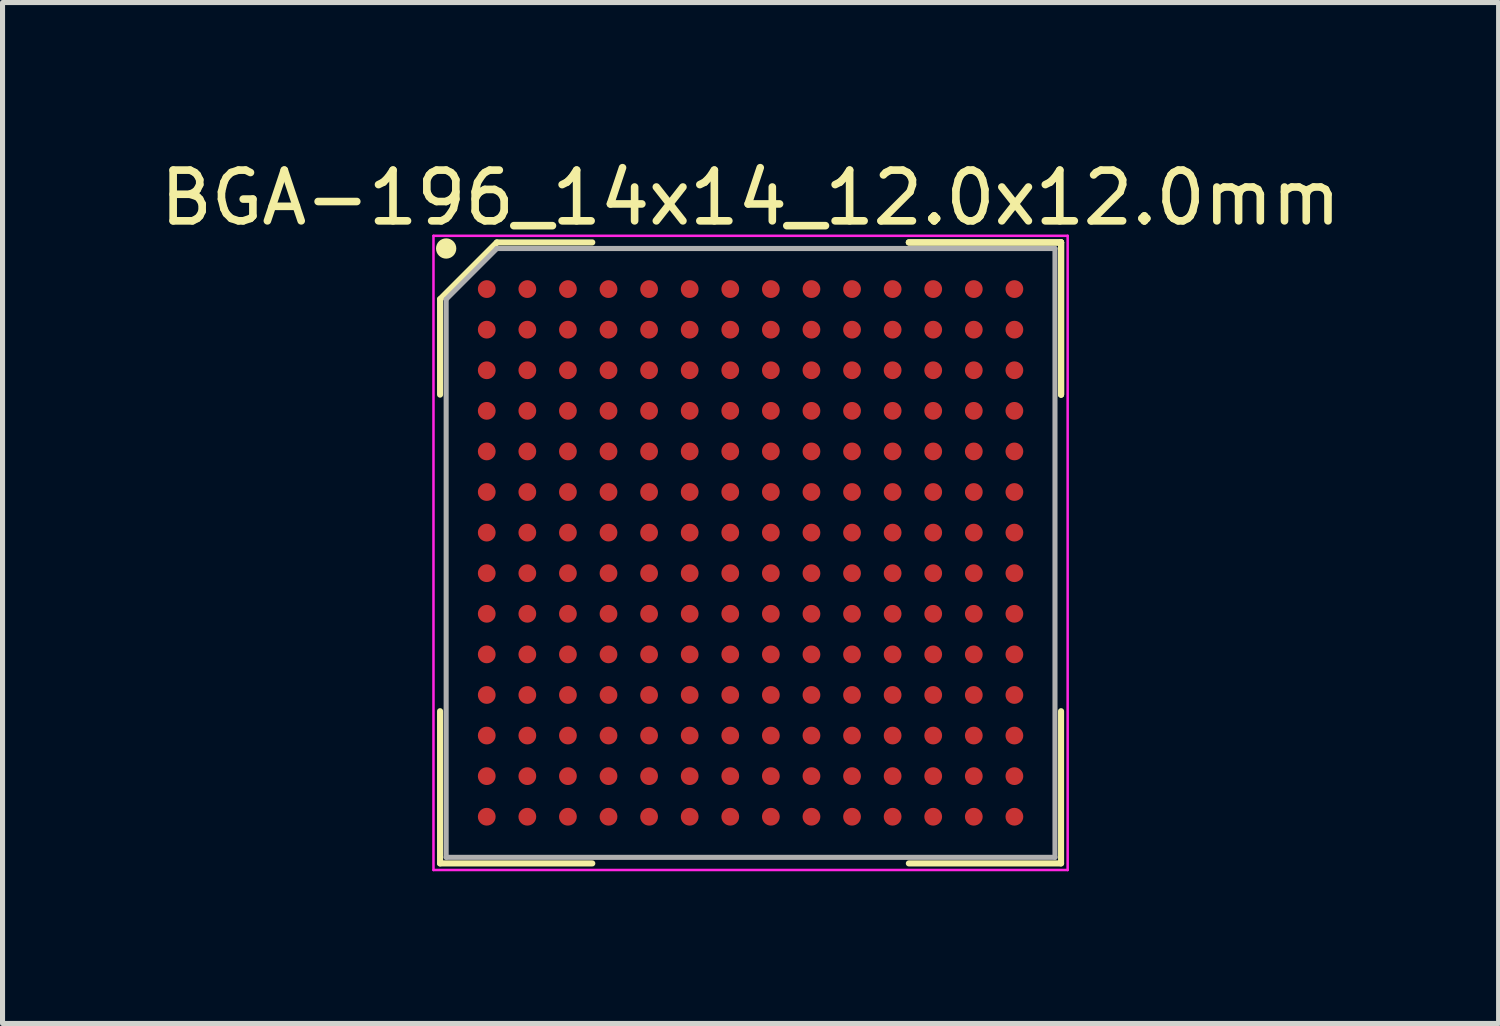
<source format=kicad_pcb>
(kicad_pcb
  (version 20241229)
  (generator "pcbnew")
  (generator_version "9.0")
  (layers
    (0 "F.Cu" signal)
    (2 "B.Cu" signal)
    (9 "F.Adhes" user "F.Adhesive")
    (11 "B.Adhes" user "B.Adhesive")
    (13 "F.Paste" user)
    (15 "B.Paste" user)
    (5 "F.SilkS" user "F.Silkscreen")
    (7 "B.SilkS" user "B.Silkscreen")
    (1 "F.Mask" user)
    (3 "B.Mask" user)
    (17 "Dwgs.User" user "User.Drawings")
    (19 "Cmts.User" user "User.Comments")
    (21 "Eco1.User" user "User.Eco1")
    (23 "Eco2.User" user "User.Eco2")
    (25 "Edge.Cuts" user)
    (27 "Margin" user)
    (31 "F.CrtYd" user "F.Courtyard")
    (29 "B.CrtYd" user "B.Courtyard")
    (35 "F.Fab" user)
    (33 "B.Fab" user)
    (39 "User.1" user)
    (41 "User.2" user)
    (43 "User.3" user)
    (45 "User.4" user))
  (footprint "BGA-196_14x14_12.0x12.0mm"
    (layer "F.Cu")
    (at 11.744 7.848)
    (property "Reference" "BGA-196_14x14_12.0x12.0mm" (at 0 -7 0) (layer "F.SilkS") (effects (font (size 1 1) (thickness 0.15))))
    (attr smd)
    (fp_line (start -6.12 -5) (end -6.12 -3.12) (stroke (width 0.12) (type solid)) (layer "F.SilkS"))
    (fp_line (start -6.12 6.12) (end -6.12 3.12) (stroke (width 0.12) (type solid)) (layer "F.SilkS"))
    (fp_line (start -5 -6.12) (end -6.12 -5) (stroke (width 0.12) (type solid)) (layer "F.SilkS"))
    (fp_line (start -3.12 -6.12) (end -5 -6.12) (stroke (width 0.12) (type solid)) (layer "F.SilkS"))
    (fp_line (start -3.12 6.12) (end -6.12 6.12) (stroke (width 0.12) (type solid)) (layer "F.SilkS"))
    (fp_line (start 3.12 -6.12) (end 6.12 -6.12) (stroke (width 0.12) (type solid)) (layer "F.SilkS"))
    (fp_line (start 3.12 -6.12) (end 6.12 -6.12) (stroke (width 0.12) (type solid)) (layer "F.SilkS"))
    (fp_line (start 3.12 -6.12) (end 6.12 -6.12) (stroke (width 0.12) (type solid)) (layer "F.SilkS"))
    (fp_line (start 3.12 6.12) (end 6.12 6.12) (stroke (width 0.12) (type solid)) (layer "F.SilkS"))
    (fp_line (start 6.12 -6.12) (end 6.12 -3.12) (stroke (width 0.12) (type solid)) (layer "F.SilkS"))
    (fp_line (start 6.12 -6.12) (end 6.12 -3.12) (stroke (width 0.12) (type solid)) (layer "F.SilkS"))
    (fp_line (start 6.12 -6.12) (end 6.12 -3.12) (stroke (width 0.12) (type solid)) (layer "F.SilkS"))
    (fp_line (start 6.12 6.12) (end 6.12 3.12) (stroke (width 0.12) (type solid)) (layer "F.SilkS"))
    (fp_circle (center -6 -6) (end -6 -5.9) (stroke (width 0.2) (type solid)) (fill no) (layer "F.SilkS"))
    (fp_line (start -6.25 -6.25) (end 6.25 -6.25) (stroke (width 0.05) (type solid)) (layer "F.CrtYd"))
    (fp_line (start -6.25 6.25) (end -6.25 -6.25) (stroke (width 0.05) (type solid)) (layer "F.CrtYd"))
    (fp_line (start 6.25 -6.25) (end 6.25 6.25) (stroke (width 0.05) (type solid)) (layer "F.CrtYd"))
    (fp_line (start 6.25 6.25) (end -6.25 6.25) (stroke (width 0.05) (type solid)) (layer "F.CrtYd"))
    (fp_line (start -6 -5) (end -6 6) (stroke (width 0.1) (type solid)) (layer "F.Fab"))
    (fp_line (start -6 6) (end 6 6) (stroke (width 0.1) (type solid)) (layer "F.Fab"))
    (fp_line (start -5 -6) (end -6 -5) (stroke (width 0.1) (type solid)) (layer "F.Fab"))
    (fp_line (start 6 -6) (end -5 -6) (stroke (width 0.1) (type solid)) (layer "F.Fab"))
    (fp_line (start 6 6) (end 6 -6) (stroke (width 0.1) (type solid)) (layer "F.Fab"))
    (pad "A1" smd circle (at -5.2 -5.2) (size 0.35 0.35) (layers "F.Cu" "F.Mask" "F.Paste"))
    (pad "A2" smd circle (at -4.4 -5.2) (size 0.35 0.35) (layers "F.Cu" "F.Mask" "F.Paste"))
    (pad "A3" smd circle (at -3.6 -5.2) (size 0.35 0.35) (layers "F.Cu" "F.Mask" "F.Paste"))
    (pad "A4" smd circle (at -2.8 -5.2) (size 0.35 0.35) (layers "F.Cu" "F.Mask" "F.Paste"))
    (pad "A5" smd circle (at -2 -5.2) (size 0.35 0.35) (layers "F.Cu" "F.Mask" "F.Paste"))
    (pad "A6" smd circle (at -1.2 -5.2) (size 0.35 0.35) (layers "F.Cu" "F.Mask" "F.Paste"))
    (pad "A7" smd circle (at -0.4 -5.2) (size 0.35 0.35) (layers "F.Cu" "F.Mask" "F.Paste"))
    (pad "A8" smd circle (at 0.4 -5.2) (size 0.35 0.35) (layers "F.Cu" "F.Mask" "F.Paste"))
    (pad "A9" smd circle (at 1.2 -5.2) (size 0.35 0.35) (layers "F.Cu" "F.Mask" "F.Paste"))
    (pad "A10" smd circle (at 2 -5.2) (size 0.35 0.35) (layers "F.Cu" "F.Mask" "F.Paste"))
    (pad "A11" smd circle (at 2.8 -5.2) (size 0.35 0.35) (layers "F.Cu" "F.Mask" "F.Paste"))
    (pad "A12" smd circle (at 3.6 -5.2) (size 0.35 0.35) (layers "F.Cu" "F.Mask" "F.Paste"))
    (pad "A13" smd circle (at 4.4 -5.2) (size 0.35 0.35) (layers "F.Cu" "F.Mask" "F.Paste"))
    (pad "A14" smd circle (at 5.2 -5.2) (size 0.35 0.35) (layers "F.Cu" "F.Mask" "F.Paste"))
    (pad "B1" smd circle (at -5.2 -4.4) (size 0.35 0.35) (layers "F.Cu" "F.Mask" "F.Paste"))
    (pad "B2" smd circle (at -4.4 -4.4) (size 0.35 0.35) (layers "F.Cu" "F.Mask" "F.Paste"))
    (pad "B3" smd circle (at -3.6 -4.4) (size 0.35 0.35) (layers "F.Cu" "F.Mask" "F.Paste"))
    (pad "B4" smd circle (at -2.8 -4.4) (size 0.35 0.35) (layers "F.Cu" "F.Mask" "F.Paste"))
    (pad "B5" smd circle (at -2 -4.4) (size 0.35 0.35) (layers "F.Cu" "F.Mask" "F.Paste"))
    (pad "B6" smd circle (at -1.2 -4.4) (size 0.35 0.35) (layers "F.Cu" "F.Mask" "F.Paste"))
    (pad "B7" smd circle (at -0.4 -4.4) (size 0.35 0.35) (layers "F.Cu" "F.Mask" "F.Paste"))
    (pad "B8" smd circle (at 0.4 -4.4) (size 0.35 0.35) (layers "F.Cu" "F.Mask" "F.Paste"))
    (pad "B9" smd circle (at 1.2 -4.4) (size 0.35 0.35) (layers "F.Cu" "F.Mask" "F.Paste"))
    (pad "B10" smd circle (at 2 -4.4) (size 0.35 0.35) (layers "F.Cu" "F.Mask" "F.Paste"))
    (pad "B11" smd circle (at 2.8 -4.4) (size 0.35 0.35) (layers "F.Cu" "F.Mask" "F.Paste"))
    (pad "B12" smd circle (at 3.6 -4.4) (size 0.35 0.35) (layers "F.Cu" "F.Mask" "F.Paste"))
    (pad "B13" smd circle (at 4.4 -4.4) (size 0.35 0.35) (layers "F.Cu" "F.Mask" "F.Paste"))
    (pad "B14" smd circle (at 5.2 -4.4) (size 0.35 0.35) (layers "F.Cu" "F.Mask" "F.Paste"))
    (pad "C1" smd circle (at -5.2 -3.6) (size 0.35 0.35) (layers "F.Cu" "F.Mask" "F.Paste"))
    (pad "C2" smd circle (at -4.4 -3.6) (size 0.35 0.35) (layers "F.Cu" "F.Mask" "F.Paste"))
    (pad "C3" smd circle (at -3.6 -3.6) (size 0.35 0.35) (layers "F.Cu" "F.Mask" "F.Paste"))
    (pad "C4" smd circle (at -2.8 -3.6) (size 0.35 0.35) (layers "F.Cu" "F.Mask" "F.Paste"))
    (pad "C5" smd circle (at -2 -3.6) (size 0.35 0.35) (layers "F.Cu" "F.Mask" "F.Paste"))
    (pad "C6" smd circle (at -1.2 -3.6) (size 0.35 0.35) (layers "F.Cu" "F.Mask" "F.Paste"))
    (pad "C7" smd circle (at -0.4 -3.6) (size 0.35 0.35) (layers "F.Cu" "F.Mask" "F.Paste"))
    (pad "C8" smd circle (at 0.4 -3.6) (size 0.35 0.35) (layers "F.Cu" "F.Mask" "F.Paste"))
    (pad "C9" smd circle (at 1.2 -3.6) (size 0.35 0.35) (layers "F.Cu" "F.Mask" "F.Paste"))
    (pad "C10" smd circle (at 2 -3.6) (size 0.35 0.35) (layers "F.Cu" "F.Mask" "F.Paste"))
    (pad "C11" smd circle (at 2.8 -3.6) (size 0.35 0.35) (layers "F.Cu" "F.Mask" "F.Paste"))
    (pad "C12" smd circle (at 3.6 -3.6) (size 0.35 0.35) (layers "F.Cu" "F.Mask" "F.Paste"))
    (pad "C13" smd circle (at 4.4 -3.6) (size 0.35 0.35) (layers "F.Cu" "F.Mask" "F.Paste"))
    (pad "C14" smd circle (at 5.2 -3.6) (size 0.35 0.35) (layers "F.Cu" "F.Mask" "F.Paste"))
    (pad "D1" smd circle (at -5.2 -2.8) (size 0.35 0.35) (layers "F.Cu" "F.Mask" "F.Paste"))
    (pad "D2" smd circle (at -4.4 -2.8) (size 0.35 0.35) (layers "F.Cu" "F.Mask" "F.Paste"))
    (pad "D3" smd circle (at -3.6 -2.8) (size 0.35 0.35) (layers "F.Cu" "F.Mask" "F.Paste"))
    (pad "D4" smd circle (at -2.8 -2.8) (size 0.35 0.35) (layers "F.Cu" "F.Mask" "F.Paste"))
    (pad "D5" smd circle (at -2 -2.8) (size 0.35 0.35) (layers "F.Cu" "F.Mask" "F.Paste"))
    (pad "D6" smd circle (at -1.2 -2.8) (size 0.35 0.35) (layers "F.Cu" "F.Mask" "F.Paste"))
    (pad "D7" smd circle (at -0.4 -2.8) (size 0.35 0.35) (layers "F.Cu" "F.Mask" "F.Paste"))
    (pad "D8" smd circle (at 0.4 -2.8) (size 0.35 0.35) (layers "F.Cu" "F.Mask" "F.Paste"))
    (pad "D9" smd circle (at 1.2 -2.8) (size 0.35 0.35) (layers "F.Cu" "F.Mask" "F.Paste"))
    (pad "D10" smd circle (at 2 -2.8) (size 0.35 0.35) (layers "F.Cu" "F.Mask" "F.Paste"))
    (pad "D11" smd circle (at 2.8 -2.8) (size 0.35 0.35) (layers "F.Cu" "F.Mask" "F.Paste"))
    (pad "D12" smd circle (at 3.6 -2.8) (size 0.35 0.35) (layers "F.Cu" "F.Mask" "F.Paste"))
    (pad "D13" smd circle (at 4.4 -2.8) (size 0.35 0.35) (layers "F.Cu" "F.Mask" "F.Paste"))
    (pad "D14" smd circle (at 5.2 -2.8) (size 0.35 0.35) (layers "F.Cu" "F.Mask" "F.Paste"))
    (pad "E1" smd circle (at -5.2 -2) (size 0.35 0.35) (layers "F.Cu" "F.Mask" "F.Paste"))
    (pad "E2" smd circle (at -4.4 -2) (size 0.35 0.35) (layers "F.Cu" "F.Mask" "F.Paste"))
    (pad "E3" smd circle (at -3.6 -2) (size 0.35 0.35) (layers "F.Cu" "F.Mask" "F.Paste"))
    (pad "E4" smd circle (at -2.8 -2) (size 0.35 0.35) (layers "F.Cu" "F.Mask" "F.Paste"))
    (pad "E5" smd circle (at -2 -2) (size 0.35 0.35) (layers "F.Cu" "F.Mask" "F.Paste"))
    (pad "E6" smd circle (at -1.2 -2) (size 0.35 0.35) (layers "F.Cu" "F.Mask" "F.Paste"))
    (pad "E7" smd circle (at -0.4 -2) (size 0.35 0.35) (layers "F.Cu" "F.Mask" "F.Paste"))
    (pad "E8" smd circle (at 0.4 -2) (size 0.35 0.35) (layers "F.Cu" "F.Mask" "F.Paste"))
    (pad "E9" smd circle (at 1.2 -2) (size 0.35 0.35) (layers "F.Cu" "F.Mask" "F.Paste"))
    (pad "E10" smd circle (at 2 -2) (size 0.35 0.35) (layers "F.Cu" "F.Mask" "F.Paste"))
    (pad "E11" smd circle (at 2.8 -2) (size 0.35 0.35) (layers "F.Cu" "F.Mask" "F.Paste"))
    (pad "E12" smd circle (at 3.6 -2) (size 0.35 0.35) (layers "F.Cu" "F.Mask" "F.Paste"))
    (pad "E13" smd circle (at 4.4 -2) (size 0.35 0.35) (layers "F.Cu" "F.Mask" "F.Paste"))
    (pad "E14" smd circle (at 5.2 -2) (size 0.35 0.35) (layers "F.Cu" "F.Mask" "F.Paste"))
    (pad "F1" smd circle (at -5.2 -1.2) (size 0.35 0.35) (layers "F.Cu" "F.Mask" "F.Paste"))
    (pad "F2" smd circle (at -4.4 -1.2) (size 0.35 0.35) (layers "F.Cu" "F.Mask" "F.Paste"))
    (pad "F3" smd circle (at -3.6 -1.2) (size 0.35 0.35) (layers "F.Cu" "F.Mask" "F.Paste"))
    (pad "F4" smd circle (at -2.8 -1.2) (size 0.35 0.35) (layers "F.Cu" "F.Mask" "F.Paste"))
    (pad "F5" smd circle (at -2 -1.2) (size 0.35 0.35) (layers "F.Cu" "F.Mask" "F.Paste"))
    (pad "F6" smd circle (at -1.2 -1.2) (size 0.35 0.35) (layers "F.Cu" "F.Mask" "F.Paste"))
    (pad "F7" smd circle (at -0.4 -1.2) (size 0.35 0.35) (layers "F.Cu" "F.Mask" "F.Paste"))
    (pad "F8" smd circle (at 0.4 -1.2) (size 0.35 0.35) (layers "F.Cu" "F.Mask" "F.Paste"))
    (pad "F9" smd circle (at 1.2 -1.2) (size 0.35 0.35) (layers "F.Cu" "F.Mask" "F.Paste"))
    (pad "F10" smd circle (at 2 -1.2) (size 0.35 0.35) (layers "F.Cu" "F.Mask" "F.Paste"))
    (pad "F11" smd circle (at 2.8 -1.2) (size 0.35 0.35) (layers "F.Cu" "F.Mask" "F.Paste"))
    (pad "F12" smd circle (at 3.6 -1.2) (size 0.35 0.35) (layers "F.Cu" "F.Mask" "F.Paste"))
    (pad "F13" smd circle (at 4.4 -1.2) (size 0.35 0.35) (layers "F.Cu" "F.Mask" "F.Paste"))
    (pad "F14" smd circle (at 5.2 -1.2) (size 0.35 0.35) (layers "F.Cu" "F.Mask" "F.Paste"))
    (pad "G1" smd circle (at -5.2 -0.4) (size 0.35 0.35) (layers "F.Cu" "F.Mask" "F.Paste"))
    (pad "G2" smd circle (at -4.4 -0.4) (size 0.35 0.35) (layers "F.Cu" "F.Mask" "F.Paste"))
    (pad "G3" smd circle (at -3.6 -0.4) (size 0.35 0.35) (layers "F.Cu" "F.Mask" "F.Paste"))
    (pad "G4" smd circle (at -2.8 -0.4) (size 0.35 0.35) (layers "F.Cu" "F.Mask" "F.Paste"))
    (pad "G5" smd circle (at -2 -0.4) (size 0.35 0.35) (layers "F.Cu" "F.Mask" "F.Paste"))
    (pad "G6" smd circle (at -1.2 -0.4) (size 0.35 0.35) (layers "F.Cu" "F.Mask" "F.Paste"))
    (pad "G7" smd circle (at -0.4 -0.4) (size 0.35 0.35) (layers "F.Cu" "F.Mask" "F.Paste"))
    (pad "G8" smd circle (at 0.4 -0.4) (size 0.35 0.35) (layers "F.Cu" "F.Mask" "F.Paste"))
    (pad "G9" smd circle (at 1.2 -0.4) (size 0.35 0.35) (layers "F.Cu" "F.Mask" "F.Paste"))
    (pad "G10" smd circle (at 2 -0.4) (size 0.35 0.35) (layers "F.Cu" "F.Mask" "F.Paste"))
    (pad "G11" smd circle (at 2.8 -0.4) (size 0.35 0.35) (layers "F.Cu" "F.Mask" "F.Paste"))
    (pad "G12" smd circle (at 3.6 -0.4) (size 0.35 0.35) (layers "F.Cu" "F.Mask" "F.Paste"))
    (pad "G13" smd circle (at 4.4 -0.4) (size 0.35 0.35) (layers "F.Cu" "F.Mask" "F.Paste"))
    (pad "G14" smd circle (at 5.2 -0.4) (size 0.35 0.35) (layers "F.Cu" "F.Mask" "F.Paste"))
    (pad "H1" smd circle (at -5.2 0.4) (size 0.35 0.35) (layers "F.Cu" "F.Mask" "F.Paste"))
    (pad "H2" smd circle (at -4.4 0.4) (size 0.35 0.35) (layers "F.Cu" "F.Mask" "F.Paste"))
    (pad "H3" smd circle (at -3.6 0.4) (size 0.35 0.35) (layers "F.Cu" "F.Mask" "F.Paste"))
    (pad "H4" smd circle (at -2.8 0.4) (size 0.35 0.35) (layers "F.Cu" "F.Mask" "F.Paste"))
    (pad "H5" smd circle (at -2 0.4) (size 0.35 0.35) (layers "F.Cu" "F.Mask" "F.Paste"))
    (pad "H6" smd circle (at -1.2 0.4) (size 0.35 0.35) (layers "F.Cu" "F.Mask" "F.Paste"))
    (pad "H7" smd circle (at -0.4 0.4) (size 0.35 0.35) (layers "F.Cu" "F.Mask" "F.Paste"))
    (pad "H8" smd circle (at 0.4 0.4) (size 0.35 0.35) (layers "F.Cu" "F.Mask" "F.Paste"))
    (pad "H9" smd circle (at 1.2 0.4) (size 0.35 0.35) (layers "F.Cu" "F.Mask" "F.Paste"))
    (pad "H10" smd circle (at 2 0.4) (size 0.35 0.35) (layers "F.Cu" "F.Mask" "F.Paste"))
    (pad "H11" smd circle (at 2.8 0.4) (size 0.35 0.35) (layers "F.Cu" "F.Mask" "F.Paste"))
    (pad "H12" smd circle (at 3.6 0.4) (size 0.35 0.35) (layers "F.Cu" "F.Mask" "F.Paste"))
    (pad "H13" smd circle (at 4.4 0.4) (size 0.35 0.35) (layers "F.Cu" "F.Mask" "F.Paste"))
    (pad "H14" smd circle (at 5.2 0.4) (size 0.35 0.35) (layers "F.Cu" "F.Mask" "F.Paste"))
    (pad "J1" smd circle (at -5.2 1.2) (size 0.35 0.35) (layers "F.Cu" "F.Mask" "F.Paste"))
    (pad "J2" smd circle (at -4.4 1.2) (size 0.35 0.35) (layers "F.Cu" "F.Mask" "F.Paste"))
    (pad "J3" smd circle (at -3.6 1.2) (size 0.35 0.35) (layers "F.Cu" "F.Mask" "F.Paste"))
    (pad "J4" smd circle (at -2.8 1.2) (size 0.35 0.35) (layers "F.Cu" "F.Mask" "F.Paste"))
    (pad "J5" smd circle (at -2 1.2) (size 0.35 0.35) (layers "F.Cu" "F.Mask" "F.Paste"))
    (pad "J6" smd circle (at -1.2 1.2) (size 0.35 0.35) (layers "F.Cu" "F.Mask" "F.Paste"))
    (pad "J7" smd circle (at -0.4 1.2) (size 0.35 0.35) (layers "F.Cu" "F.Mask" "F.Paste"))
    (pad "J8" smd circle (at 0.4 1.2) (size 0.35 0.35) (layers "F.Cu" "F.Mask" "F.Paste"))
    (pad "J9" smd circle (at 1.2 1.2) (size 0.35 0.35) (layers "F.Cu" "F.Mask" "F.Paste"))
    (pad "J10" smd circle (at 2 1.2) (size 0.35 0.35) (layers "F.Cu" "F.Mask" "F.Paste"))
    (pad "J11" smd circle (at 2.8 1.2) (size 0.35 0.35) (layers "F.Cu" "F.Mask" "F.Paste"))
    (pad "J12" smd circle (at 3.6 1.2) (size 0.35 0.35) (layers "F.Cu" "F.Mask" "F.Paste"))
    (pad "J13" smd circle (at 4.4 1.2) (size 0.35 0.35) (layers "F.Cu" "F.Mask" "F.Paste"))
    (pad "J14" smd circle (at 5.2 1.2) (size 0.35 0.35) (layers "F.Cu" "F.Mask" "F.Paste"))
    (pad "K1" smd circle (at -5.2 2) (size 0.35 0.35) (layers "F.Cu" "F.Mask" "F.Paste"))
    (pad "K2" smd circle (at -4.4 2) (size 0.35 0.35) (layers "F.Cu" "F.Mask" "F.Paste"))
    (pad "K3" smd circle (at -3.6 2) (size 0.35 0.35) (layers "F.Cu" "F.Mask" "F.Paste"))
    (pad "K4" smd circle (at -2.8 2) (size 0.35 0.35) (layers "F.Cu" "F.Mask" "F.Paste"))
    (pad "K5" smd circle (at -2 2) (size 0.35 0.35) (layers "F.Cu" "F.Mask" "F.Paste"))
    (pad "K6" smd circle (at -1.2 2) (size 0.35 0.35) (layers "F.Cu" "F.Mask" "F.Paste"))
    (pad "K7" smd circle (at -0.4 2) (size 0.35 0.35) (layers "F.Cu" "F.Mask" "F.Paste"))
    (pad "K8" smd circle (at 0.4 2) (size 0.35 0.35) (layers "F.Cu" "F.Mask" "F.Paste"))
    (pad "K9" smd circle (at 1.2 2) (size 0.35 0.35) (layers "F.Cu" "F.Mask" "F.Paste"))
    (pad "K10" smd circle (at 2 2) (size 0.35 0.35) (layers "F.Cu" "F.Mask" "F.Paste"))
    (pad "K11" smd circle (at 2.8 2) (size 0.35 0.35) (layers "F.Cu" "F.Mask" "F.Paste"))
    (pad "K12" smd circle (at 3.6 2) (size 0.35 0.35) (layers "F.Cu" "F.Mask" "F.Paste"))
    (pad "K13" smd circle (at 4.4 2) (size 0.35 0.35) (layers "F.Cu" "F.Mask" "F.Paste"))
    (pad "K14" smd circle (at 5.2 2) (size 0.35 0.35) (layers "F.Cu" "F.Mask" "F.Paste"))
    (pad "L1" smd circle (at -5.2 2.8) (size 0.35 0.35) (layers "F.Cu" "F.Mask" "F.Paste"))
    (pad "L2" smd circle (at -4.4 2.8) (size 0.35 0.35) (layers "F.Cu" "F.Mask" "F.Paste"))
    (pad "L3" smd circle (at -3.6 2.8) (size 0.35 0.35) (layers "F.Cu" "F.Mask" "F.Paste"))
    (pad "L4" smd circle (at -2.8 2.8) (size 0.35 0.35) (layers "F.Cu" "F.Mask" "F.Paste"))
    (pad "L5" smd circle (at -2 2.8) (size 0.35 0.35) (layers "F.Cu" "F.Mask" "F.Paste"))
    (pad "L6" smd circle (at -1.2 2.8) (size 0.35 0.35) (layers "F.Cu" "F.Mask" "F.Paste"))
    (pad "L7" smd circle (at -0.4 2.8) (size 0.35 0.35) (layers "F.Cu" "F.Mask" "F.Paste"))
    (pad "L8" smd circle (at 0.4 2.8) (size 0.35 0.35) (layers "F.Cu" "F.Mask" "F.Paste"))
    (pad "L9" smd circle (at 1.2 2.8) (size 0.35 0.35) (layers "F.Cu" "F.Mask" "F.Paste"))
    (pad "L10" smd circle (at 2 2.8) (size 0.35 0.35) (layers "F.Cu" "F.Mask" "F.Paste"))
    (pad "L11" smd circle (at 2.8 2.8) (size 0.35 0.35) (layers "F.Cu" "F.Mask" "F.Paste"))
    (pad "L12" smd circle (at 3.6 2.8) (size 0.35 0.35) (layers "F.Cu" "F.Mask" "F.Paste"))
    (pad "L13" smd circle (at 4.4 2.8) (size 0.35 0.35) (layers "F.Cu" "F.Mask" "F.Paste"))
    (pad "L14" smd circle (at 5.2 2.8) (size 0.35 0.35) (layers "F.Cu" "F.Mask" "F.Paste"))
    (pad "M1" smd circle (at -5.2 3.6) (size 0.35 0.35) (layers "F.Cu" "F.Mask" "F.Paste"))
    (pad "M2" smd circle (at -4.4 3.6) (size 0.35 0.35) (layers "F.Cu" "F.Mask" "F.Paste"))
    (pad "M3" smd circle (at -3.6 3.6) (size 0.35 0.35) (layers "F.Cu" "F.Mask" "F.Paste"))
    (pad "M4" smd circle (at -2.8 3.6) (size 0.35 0.35) (layers "F.Cu" "F.Mask" "F.Paste"))
    (pad "M5" smd circle (at -2 3.6) (size 0.35 0.35) (layers "F.Cu" "F.Mask" "F.Paste"))
    (pad "M6" smd circle (at -1.2 3.6) (size 0.35 0.35) (layers "F.Cu" "F.Mask" "F.Paste"))
    (pad "M7" smd circle (at -0.4 3.6) (size 0.35 0.35) (layers "F.Cu" "F.Mask" "F.Paste"))
    (pad "M8" smd circle (at 0.4 3.6) (size 0.35 0.35) (layers "F.Cu" "F.Mask" "F.Paste"))
    (pad "M9" smd circle (at 1.2 3.6) (size 0.35 0.35) (layers "F.Cu" "F.Mask" "F.Paste"))
    (pad "M10" smd circle (at 2 3.6) (size 0.35 0.35) (layers "F.Cu" "F.Mask" "F.Paste"))
    (pad "M11" smd circle (at 2.8 3.6) (size 0.35 0.35) (layers "F.Cu" "F.Mask" "F.Paste"))
    (pad "M12" smd circle (at 3.6 3.6) (size 0.35 0.35) (layers "F.Cu" "F.Mask" "F.Paste"))
    (pad "M13" smd circle (at 4.4 3.6) (size 0.35 0.35) (layers "F.Cu" "F.Mask" "F.Paste"))
    (pad "M14" smd circle (at 5.2 3.6) (size 0.35 0.35) (layers "F.Cu" "F.Mask" "F.Paste"))
    (pad "N1" smd circle (at -5.2 4.4) (size 0.35 0.35) (layers "F.Cu" "F.Mask" "F.Paste"))
    (pad "N2" smd circle (at -4.4 4.4) (size 0.35 0.35) (layers "F.Cu" "F.Mask" "F.Paste"))
    (pad "N3" smd circle (at -3.6 4.4) (size 0.35 0.35) (layers "F.Cu" "F.Mask" "F.Paste"))
    (pad "N4" smd circle (at -2.8 4.4) (size 0.35 0.35) (layers "F.Cu" "F.Mask" "F.Paste"))
    (pad "N5" smd circle (at -2 4.4) (size 0.35 0.35) (layers "F.Cu" "F.Mask" "F.Paste"))
    (pad "N6" smd circle (at -1.2 4.4) (size 0.35 0.35) (layers "F.Cu" "F.Mask" "F.Paste"))
    (pad "N7" smd circle (at -0.4 4.4) (size 0.35 0.35) (layers "F.Cu" "F.Mask" "F.Paste"))
    (pad "N8" smd circle (at 0.4 4.4) (size 0.35 0.35) (layers "F.Cu" "F.Mask" "F.Paste"))
    (pad "N9" smd circle (at 1.2 4.4) (size 0.35 0.35) (layers "F.Cu" "F.Mask" "F.Paste"))
    (pad "N10" smd circle (at 2 4.4) (size 0.35 0.35) (layers "F.Cu" "F.Mask" "F.Paste"))
    (pad "N11" smd circle (at 2.8 4.4) (size 0.35 0.35) (layers "F.Cu" "F.Mask" "F.Paste"))
    (pad "N12" smd circle (at 3.6 4.4) (size 0.35 0.35) (layers "F.Cu" "F.Mask" "F.Paste"))
    (pad "N13" smd circle (at 4.4 4.4) (size 0.35 0.35) (layers "F.Cu" "F.Mask" "F.Paste"))
    (pad "N14" smd circle (at 5.2 4.4) (size 0.35 0.35) (layers "F.Cu" "F.Mask" "F.Paste"))
    (pad "P1" smd circle (at -5.2 5.2) (size 0.35 0.35) (layers "F.Cu" "F.Mask" "F.Paste"))
    (pad "P2" smd circle (at -4.4 5.2) (size 0.35 0.35) (layers "F.Cu" "F.Mask" "F.Paste"))
    (pad "P3" smd circle (at -3.6 5.2) (size 0.35 0.35) (layers "F.Cu" "F.Mask" "F.Paste"))
    (pad "P4" smd circle (at -2.8 5.2) (size 0.35 0.35) (layers "F.Cu" "F.Mask" "F.Paste"))
    (pad "P5" smd circle (at -2 5.2) (size 0.35 0.35) (layers "F.Cu" "F.Mask" "F.Paste"))
    (pad "P6" smd circle (at -1.2 5.2) (size 0.35 0.35) (layers "F.Cu" "F.Mask" "F.Paste"))
    (pad "P7" smd circle (at -0.4 5.2) (size 0.35 0.35) (layers "F.Cu" "F.Mask" "F.Paste"))
    (pad "P8" smd circle (at 0.4 5.2) (size 0.35 0.35) (layers "F.Cu" "F.Mask" "F.Paste"))
    (pad "P9" smd circle (at 1.2 5.2) (size 0.35 0.35) (layers "F.Cu" "F.Mask" "F.Paste"))
    (pad "P10" smd circle (at 2 5.2) (size 0.35 0.35) (layers "F.Cu" "F.Mask" "F.Paste"))
    (pad "P11" smd circle (at 2.8 5.2) (size 0.35 0.35) (layers "F.Cu" "F.Mask" "F.Paste"))
    (pad "P12" smd circle (at 3.6 5.2) (size 0.35 0.35) (layers "F.Cu" "F.Mask" "F.Paste"))
    (pad "P13" smd circle (at 4.4 5.2) (size 0.35 0.35) (layers "F.Cu" "F.Mask" "F.Paste"))
    (pad "P14" smd circle (at 5.2 5.2) (size 0.35 0.35) (layers "F.Cu" "F.Mask" "F.Paste")))
  (gr_rect
    (start -3 -3)
    (end 26.488 17.123)
    (stroke (width 0.1) (type default))
    (fill no)
    (layer "Edge.Cuts")))
</source>
